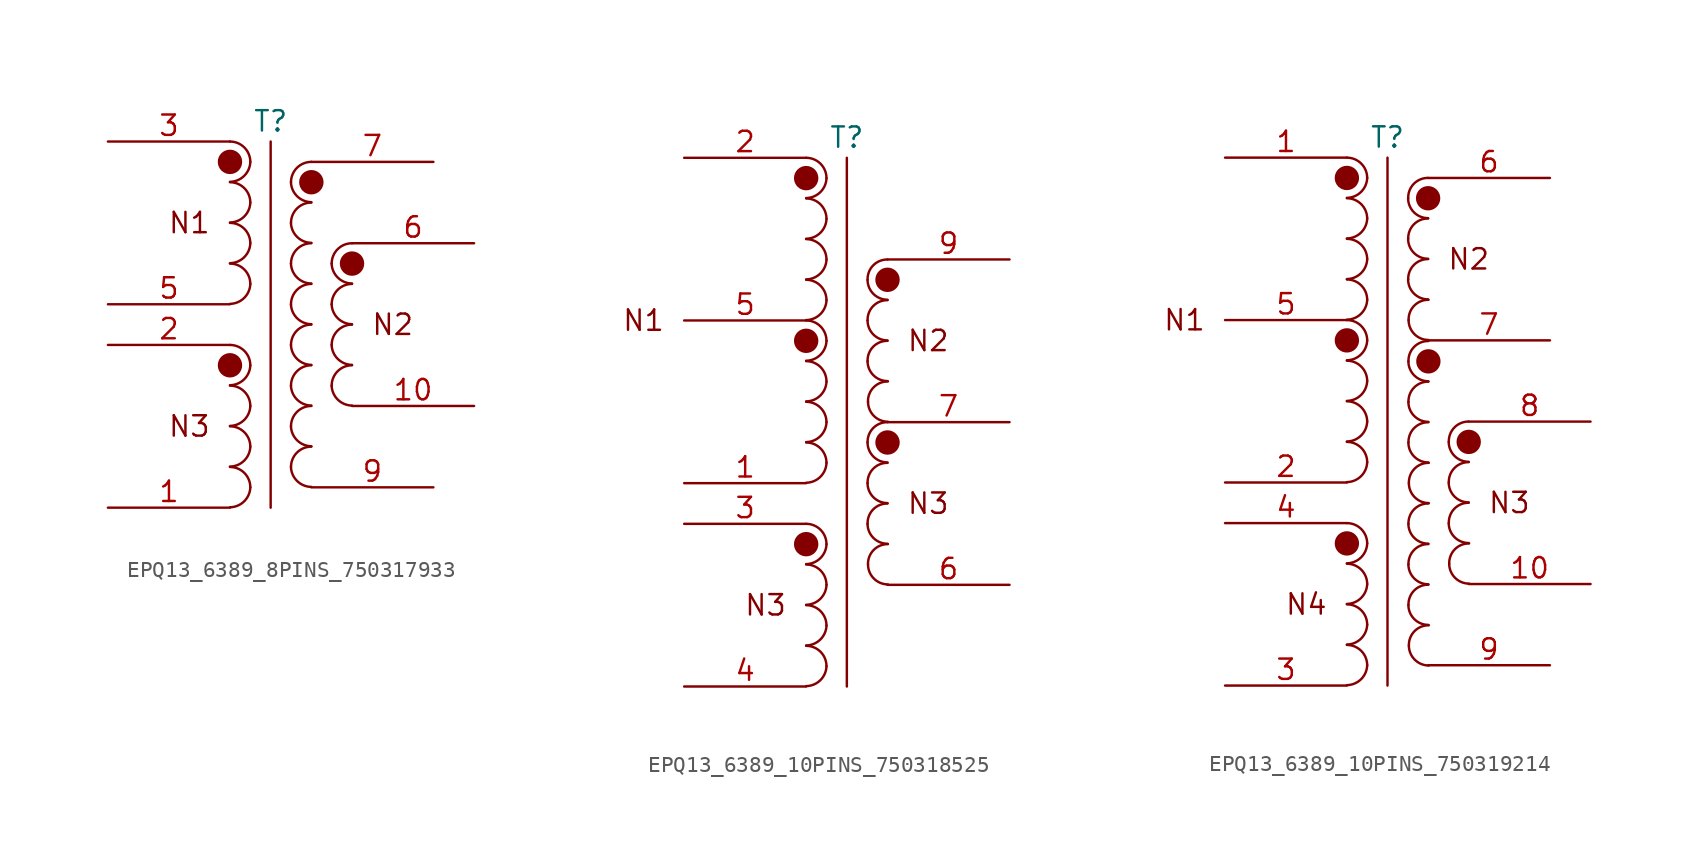
<source format=kicad_sym>
(kicad_symbol_lib
  (version 20220914)
  (generator kicad_symbol_editor)
  (symbol "EPQ13_6389_8PINS_750317933"
    (pin_names hide)
    (property "Reference" "T"
      (at 0 12.7 0)
      (effects (font (size 1.27 1.27))))
    (symbol "EPQ13_6389_8PINS_750317933_0_1"
      (arc (start -2.54 -11.4046) (mid -1.6561 -11.0363) (end -1.27 -10.16) (stroke (width 0) (type default)) (fill (type none)))
      (arc (start -2.54 -8.8646) (mid -1.6561 -8.4963) (end -1.27 -7.62) (stroke (width 0) (type default)) (fill (type none)))
      (arc (start -2.54 -6.3246) (mid -1.6561 -5.9563) (end -1.27 -5.08) (stroke (width 0) (type default)) (fill (type none)))
      (arc (start -2.54 -3.7846) (mid -1.6561 -3.4163) (end -1.27 -2.54) (stroke (width 0) (type default)) (fill (type none)))
      (arc (start -2.54 1.2954) (mid -1.6561 1.6637) (end -1.27 2.54) (stroke (width 0) (type default)) (fill (type none)))
      (arc (start -2.54 3.8354) (mid -1.6561 4.2037) (end -1.27 5.08) (stroke (width 0) (type default)) (fill (type none)))
      (arc (start -2.54 6.3754) (mid -1.6561 6.7437) (end -1.27 7.62) (stroke (width 0) (type default)) (fill (type none)))
      (arc (start -2.54 8.9154) (mid -1.6561 9.2837) (end -1.27 10.16) (stroke (width 0) (type default)) (fill (type none)))
      (arc (start -1.27 -10.16) (mid -1.642 -9.262) (end -2.54 -8.89) (stroke (width 0) (type default)) (fill (type none)))
      (arc (start -1.27 -7.62) (mid -1.642 -6.722) (end -2.54 -6.35) (stroke (width 0) (type default)) (fill (type none)))
      (arc (start -1.27 -5.08) (mid -1.642 -4.182) (end -2.54 -3.81) (stroke (width 0) (type default)) (fill (type none)))
      (arc (start -1.27 -2.54) (mid -1.642 -1.642) (end -2.54 -1.27) (stroke (width 0) (type default)) (fill (type none)))
      (arc (start -1.27 2.54) (mid -1.642 3.438) (end -2.54 3.81) (stroke (width 0) (type default)) (fill (type none)))
      (arc (start -1.27 5.08) (mid -1.642 5.978) (end -2.54 6.35) (stroke (width 0) (type default)) (fill (type none)))
      (arc (start -1.27 7.62) (mid -1.642 8.518) (end -2.54 8.89) (stroke (width 0) (type default)) (fill (type none)))
      (arc (start -1.27 10.16) (mid -1.642 11.058) (end -2.54 11.43) (stroke (width 0) (type default)) (fill (type none)))
      (polyline (pts (xy 0 11.43) (xy 0 -11.43)) (stroke (width 0) (type default)) (fill (type none)))
      (arc (start 1.27 -8.89) (mid 1.6561 -9.7663) (end 2.54 -10.1346) (stroke (width 0) (type default)) (fill (type none)))
      (arc (start 1.27 -6.35) (mid 1.6561 -7.2263) (end 2.54 -7.5946) (stroke (width 0) (type default)) (fill (type none)))
      (arc (start 1.27 -3.81) (mid 1.6561 -4.6863) (end 2.54 -5.0546) (stroke (width 0) (type default)) (fill (type none)))
      (arc (start 1.27 -1.27) (mid 1.6561 -2.1463) (end 2.54 -2.5146) (stroke (width 0) (type default)) (fill (type none)))
      (arc (start 1.27 1.27) (mid 1.6561 0.3937) (end 2.54 0.0254) (stroke (width 0) (type default)) (fill (type none)))
      (arc (start 1.27 3.81) (mid 1.6561 2.9337) (end 2.54 2.5654) (stroke (width 0) (type default)) (fill (type none)))
      (arc (start 1.27 6.35) (mid 1.6561 5.4737) (end 2.54 5.1054) (stroke (width 0) (type default)) (fill (type none)))
      (arc (start 1.27 8.89) (mid 1.6561 8.0137) (end 2.54 7.6454) (stroke (width 0) (type default)) (fill (type none)))
      (arc (start 2.54 -7.62) (mid 1.642 -7.992) (end 1.27 -8.89) (stroke (width 0) (type default)) (fill (type none)))
      (arc (start 2.54 -5.08) (mid 1.642 -5.452) (end 1.27 -6.35) (stroke (width 0) (type default)) (fill (type none)))
      (arc (start 2.54 -2.54) (mid 1.642 -2.912) (end 1.27 -3.81) (stroke (width 0) (type default)) (fill (type none)))
      (arc (start 2.54 0) (mid 1.642 -0.372) (end 1.27 -1.27) (stroke (width 0) (type default)) (fill (type none)))
      (arc (start 2.54 2.54) (mid 1.642 2.168) (end 1.27 1.27) (stroke (width 0) (type default)) (fill (type none)))
      (arc (start 2.54 5.08) (mid 1.642 4.708) (end 1.27 3.81) (stroke (width 0) (type default)) (fill (type none)))
      (arc (start 2.54 7.62) (mid 1.642 7.248) (end 1.27 6.35) (stroke (width 0) (type default)) (fill (type none)))
      (arc (start 2.54 10.16) (mid 1.642 9.788) (end 1.27 8.89) (stroke (width 0) (type default)) (fill (type none)))
      (arc (start 3.81 -3.81) (mid 4.1961 -4.6863) (end 5.08 -5.0546) (stroke (width 0) (type default)) (fill (type none)))
      (arc (start 3.81 -1.27) (mid 4.1961 -2.1463) (end 5.08 -2.5146) (stroke (width 0) (type default)) (fill (type none)))
      (arc (start 3.81 1.27) (mid 4.1961 0.3937) (end 5.08 0.0254) (stroke (width 0) (type default)) (fill (type none)))
      (arc (start 3.81 3.81) (mid 4.1961 2.9337) (end 5.08 2.5654) (stroke (width 0) (type default)) (fill (type none)))
      (arc (start 5.08 -2.54) (mid 4.182 -2.912) (end 3.81 -3.81) (stroke (width 0) (type default)) (fill (type none)))
      (arc (start 5.08 0) (mid 4.182 -0.372) (end 3.81 -1.27) (stroke (width 0) (type default)) (fill (type none)))
      (arc (start 5.08 2.54) (mid 4.182 2.168) (end 3.81 1.27) (stroke (width 0) (type default)) (fill (type none)))
      (arc (start 5.08 5.08) (mid 4.182 4.708) (end 3.81 3.81) (stroke (width 0) (type default)) (fill (type none))))
    (symbol "EPQ13_6389_8PINS_750317933_1_1"
      (circle (center -2.54 -2.54) (radius 0.0001) (stroke (width 0.762) (type default)) (fill (type none)))
      (circle (center -2.54 10.16) (radius 0.0001) (stroke (width 0.762) (type default)) (fill (type none)))
      (circle (center 2.54 8.89) (radius 0.0001) (stroke (width 0.762) (type default)) (fill (type none)))
      (circle (center 5.08 3.81) (radius 0.0001) (stroke (width 0.762) (type default)) (fill (type none)))
      (text "N1" (at -5.08 6.35 0) (effects (font (size 1.27 1.27))))
      (text "N2" (at 7.62 0 0) (effects (font (size 1.27 1.27))))
      (text "N3" (at -5.08 -6.35 0) (effects (font (size 1.27 1.27))))
      (pin passive line (at -10.16 -11.43 0) (length 7.62) (name "1" (effects (font (size 1.27 1.27)))) (number "1" (effects (font (size 1.27 1.27)))))
      (pin passive line (at 12.7 -5.08 180) (length 7.62) (name "10" (effects (font (size 1.27 1.27)))) (number "10" (effects (font (size 1.27 1.27)))))
      (pin passive line (at -10.16 -1.27 0) (length 7.62) (name "2" (effects (font (size 1.27 1.27)))) (number "2" (effects (font (size 1.27 1.27)))))
      (pin passive line (at -10.16 11.43 0) (length 7.62) (name "3" (effects (font (size 1.27 1.27)))) (number "3" (effects (font (size 1.27 1.27)))))
      (pin passive line (at -10.16 1.27 0) (length 7.62) (name "5" (effects (font (size 1.27 1.27)))) (number "5" (effects (font (size 1.27 1.27)))))
      (pin passive line (at 12.7 5.08 180) (length 7.62) (name "6" (effects (font (size 1.27 1.27)))) (number "6" (effects (font (size 1.27 1.27)))))
      (pin passive line (at 10.16 10.16 180) (length 7.62) (name "7" (effects (font (size 1.27 1.27)))) (number "7" (effects (font (size 1.27 1.27)))))
      (pin passive line (at 10.16 -10.16 180) (length 7.62) (name "9" (effects (font (size 1.27 1.27)))) (number "9" (effects (font (size 1.27 1.27)))))))
  (symbol "EPQ13_6389_10PINS_750318525"
    (pin_names hide)
    (property "Reference" "T"
      (at 0 17.78 0)
      (effects (font (size 1.27 1.27))))
    (symbol "EPQ13_6389_10PINS_750318525_0_1"
      (arc (start -2.54 -16.4846) (mid -1.6561 -16.1163) (end -1.27 -15.24) (stroke (width 0) (type default)) (fill (type none)))
      (arc (start -2.54 -13.9446) (mid -1.6561 -13.5763) (end -1.27 -12.7) (stroke (width 0) (type default)) (fill (type none)))
      (arc (start -2.54 -11.4046) (mid -1.6561 -11.0363) (end -1.27 -10.16) (stroke (width 0) (type default)) (fill (type none)))
      (arc (start -2.54 -8.8646) (mid -1.6561 -8.4963) (end -1.27 -7.62) (stroke (width 0) (type default)) (fill (type none)))
      (arc (start -2.54 -3.7846) (mid -1.6561 -3.4163) (end -1.27 -2.54) (stroke (width 0) (type default)) (fill (type none)))
      (arc (start -2.54 -1.2446) (mid -1.6561 -0.8763) (end -1.27 0) (stroke (width 0) (type default)) (fill (type none)))
      (arc (start -2.54 1.2954) (mid -1.6561 1.6637) (end -1.27 2.54) (stroke (width 0) (type default)) (fill (type none)))
      (arc (start -2.54 3.8354) (mid -1.6561 4.2037) (end -1.27 5.08) (stroke (width 0) (type default)) (fill (type none)))
      (arc (start -2.54 6.3754) (mid -1.6561 6.7437) (end -1.27 7.62) (stroke (width 0) (type default)) (fill (type none)))
      (arc (start -2.54 8.9154) (mid -1.6561 9.2837) (end -1.27 10.16) (stroke (width 0) (type default)) (fill (type none)))
      (arc (start -2.54 11.4554) (mid -1.6561 11.8237) (end -1.27 12.7) (stroke (width 0) (type default)) (fill (type none)))
      (arc (start -2.54 13.9954) (mid -1.6561 14.3637) (end -1.27 15.24) (stroke (width 0) (type default)) (fill (type none)))
      (arc (start -1.27 -15.24) (mid -1.642 -14.342) (end -2.54 -13.97) (stroke (width 0) (type default)) (fill (type none)))
      (arc (start -1.27 -12.7) (mid -1.642 -11.802) (end -2.54 -11.43) (stroke (width 0) (type default)) (fill (type none)))
      (arc (start -1.27 -10.16) (mid -1.642 -9.262) (end -2.54 -8.89) (stroke (width 0) (type default)) (fill (type none)))
      (arc (start -1.27 -7.62) (mid -1.642 -6.722) (end -2.54 -6.35) (stroke (width 0) (type default)) (fill (type none)))
      (arc (start -1.27 -2.54) (mid -1.642 -1.642) (end -2.54 -1.27) (stroke (width 0) (type default)) (fill (type none)))
      (arc (start -1.27 0) (mid -1.642 0.898) (end -2.54 1.27) (stroke (width 0) (type default)) (fill (type none)))
      (arc (start -1.27 2.54) (mid -1.642 3.438) (end -2.54 3.81) (stroke (width 0) (type default)) (fill (type none)))
      (arc (start -1.27 5.08) (mid -1.642 5.978) (end -2.54 6.35) (stroke (width 0) (type default)) (fill (type none)))
      (arc (start -1.27 7.62) (mid -1.642 8.518) (end -2.54 8.89) (stroke (width 0) (type default)) (fill (type none)))
      (arc (start -1.27 10.16) (mid -1.642 11.058) (end -2.54 11.43) (stroke (width 0) (type default)) (fill (type none)))
      (arc (start -1.27 12.7) (mid -1.642 13.598) (end -2.54 13.97) (stroke (width 0) (type default)) (fill (type none)))
      (arc (start -1.27 15.24) (mid -1.642 16.138) (end -2.54 16.51) (stroke (width 0) (type default)) (fill (type none)))
      (polyline (pts (xy 0 16.51) (xy 0 -16.51)) (stroke (width 0) (type default)) (fill (type none)))
      (arc (start 1.2954 -6.35) (mid 1.6599 -7.2301) (end 2.54 -7.5946) (stroke (width 0) (type default)) (fill (type none)))
      (arc (start 1.2954 -3.81) (mid 1.6599 -4.6901) (end 2.54 -5.0546) (stroke (width 0) (type default)) (fill (type none)))
      (arc (start 1.2954 -1.27) (mid 1.6599 -2.1501) (end 2.54 -2.5146) (stroke (width 0) (type default)) (fill (type none)))
      (arc (start 1.2954 3.81) (mid 1.6599 2.9299) (end 2.54 2.5654) (stroke (width 0) (type default)) (fill (type none)))
      (arc (start 1.2954 6.35) (mid 1.6599 5.4699) (end 2.54 5.1054) (stroke (width 0) (type default)) (fill (type none)))
      (arc (start 1.2954 8.89) (mid 1.6599 8.0099) (end 2.54 7.6454) (stroke (width 0) (type default)) (fill (type none)))
      (arc (start 1.3208 -8.89) (mid 1.6855 -9.7699) (end 2.5654 -10.1346) (stroke (width 0) (type default)) (fill (type none)))
      (arc (start 1.3208 1.27) (mid 1.6854 0.3901) (end 2.5654 0.0254) (stroke (width 0) (type default)) (fill (type none)))
      (arc (start 2.54 -5.08) (mid 1.6458 -5.4485) (end 1.2954 -6.35) (stroke (width 0) (type default)) (fill (type none)))
      (arc (start 2.54 -2.54) (mid 1.6458 -2.9085) (end 1.2954 -3.81) (stroke (width 0) (type default)) (fill (type none)))
      (arc (start 2.54 0) (mid 1.6458 -0.3685) (end 1.2954 -1.27) (stroke (width 0) (type default)) (fill (type none)))
      (arc (start 2.54 5.08) (mid 1.6458 4.7115) (end 1.2954 3.81) (stroke (width 0) (type default)) (fill (type none)))
      (arc (start 2.54 7.62) (mid 1.6458 7.2515) (end 1.2954 6.35) (stroke (width 0) (type default)) (fill (type none)))
      (arc (start 2.54 10.16) (mid 1.6458 9.7915) (end 1.2954 8.89) (stroke (width 0) (type default)) (fill (type none)))
      (arc (start 2.5654 -7.62) (mid 1.6709 -7.9883) (end 1.3208 -8.89) (stroke (width 0) (type default)) (fill (type none)))
      (arc (start 2.5654 2.54) (mid 1.6709 2.1717) (end 1.3208 1.27) (stroke (width 0) (type default)) (fill (type none))))
    (symbol "EPQ13_6389_10PINS_750318525_1_1"
      (circle (center -2.54 -7.62) (radius 0.0001) (stroke (width 0.762) (type default)) (fill (type none)))
      (circle (center -2.54 5.08) (radius 0.0001) (stroke (width 0.762) (type default)) (fill (type none)))
      (circle (center -2.54 15.24) (radius 0.0001) (stroke (width 0.762) (type default)) (fill (type none)))
      (circle (center 2.54 -1.27) (radius 0.0001) (stroke (width 0.762) (type default)) (fill (type none)))
      (circle (center 2.54 8.89) (radius 0.0001) (stroke (width 0.762) (type default)) (fill (type none)))
      (text "N1" (at -12.7 6.35 0) (effects (font (size 1.27 1.27))))
      (text "N2" (at 5.08 5.08 0) (effects (font (size 1.27 1.27))))
      (text "N3" (at -5.08 -11.43 0) (effects (font (size 1.27 1.27))))
      (text "N3" (at 5.08 -5.08 0) (effects (font (size 1.27 1.27))))
      (pin passive line (at -10.16 -3.81 0) (length 7.62) (name "1" (effects (font (size 1.27 1.27)))) (number "1" (effects (font (size 1.27 1.27)))))
      (pin passive line (at 10.16 10.16 180) (length 7.62) hide (name "10" (effects (font (size 1.27 1.27)))) (number "10" (effects (font (size 1.27 1.27)))))
      (pin passive line (at -10.16 16.51 0) (length 7.62) (name "2" (effects (font (size 1.27 1.27)))) (number "2" (effects (font (size 1.27 1.27)))))
      (pin passive line (at -10.16 -6.35 0) (length 7.62) (name "3" (effects (font (size 1.27 1.27)))) (number "3" (effects (font (size 1.27 1.27)))))
      (pin passive line (at -10.16 -16.51 0) (length 7.62) (name "4" (effects (font (size 1.27 1.27)))) (number "4" (effects (font (size 1.27 1.27)))))
      (pin passive line (at -10.16 6.35 0) (length 7.62) (name "5" (effects (font (size 1.27 1.27)))) (number "5" (effects (font (size 1.27 1.27)))))
      (pin passive line (at 10.16 -10.16 180) (length 7.62) (name "6" (effects (font (size 1.27 1.27)))) (number "6" (effects (font (size 1.27 1.27)))))
      (pin passive line (at 10.16 0 180) (length 7.62) (name "7" (effects (font (size 1.27 1.27)))) (number "7" (effects (font (size 1.27 1.27)))))
      (pin passive line (at 10.16 0 180) (length 7.62) hide (name "8" (effects (font (size 1.27 1.27)))) (number "8" (effects (font (size 1.27 1.27)))))
      (pin passive line (at 10.16 10.16 180) (length 7.62) (name "9" (effects (font (size 1.27 1.27)))) (number "9" (effects (font (size 1.27 1.27)))))))
  (symbol "EPQ13_6389_10PINS_750319214"
    (pin_names hide)
    (property "Reference" "T"
      (at 0 17.78 0)
      (effects (font (size 1.27 1.27))))
    (symbol "EPQ13_6389_10PINS_750319214_0_1"
      (arc (start -2.54 -16.4846) (mid -1.6561 -16.1163) (end -1.27 -15.24) (stroke (width 0) (type default)) (fill (type none)))
      (arc (start -2.54 -13.9446) (mid -1.6561 -13.5763) (end -1.27 -12.7) (stroke (width 0) (type default)) (fill (type none)))
      (arc (start -2.54 -11.4046) (mid -1.6561 -11.0363) (end -1.27 -10.16) (stroke (width 0) (type default)) (fill (type none)))
      (arc (start -2.54 -8.8646) (mid -1.6561 -8.4963) (end -1.27 -7.62) (stroke (width 0) (type default)) (fill (type none)))
      (arc (start -2.54 -3.7846) (mid -1.6561 -3.4163) (end -1.27 -2.54) (stroke (width 0) (type default)) (fill (type none)))
      (arc (start -2.54 -1.2446) (mid -1.6561 -0.8763) (end -1.27 0) (stroke (width 0) (type default)) (fill (type none)))
      (arc (start -2.54 1.2954) (mid -1.6561 1.6637) (end -1.27 2.54) (stroke (width 0) (type default)) (fill (type none)))
      (arc (start -2.54 3.8354) (mid -1.6561 4.2037) (end -1.27 5.08) (stroke (width 0) (type default)) (fill (type none)))
      (arc (start -2.54 6.3754) (mid -1.6561 6.7437) (end -1.27 7.62) (stroke (width 0) (type default)) (fill (type none)))
      (arc (start -2.54 8.9154) (mid -1.6561 9.2837) (end -1.27 10.16) (stroke (width 0) (type default)) (fill (type none)))
      (arc (start -2.54 11.4554) (mid -1.6561 11.8237) (end -1.27 12.7) (stroke (width 0) (type default)) (fill (type none)))
      (arc (start -2.54 13.9954) (mid -1.6561 14.3637) (end -1.27 15.24) (stroke (width 0) (type default)) (fill (type none)))
      (arc (start -1.27 -15.24) (mid -1.642 -14.342) (end -2.54 -13.97) (stroke (width 0) (type default)) (fill (type none)))
      (arc (start -1.27 -12.7) (mid -1.642 -11.802) (end -2.54 -11.43) (stroke (width 0) (type default)) (fill (type none)))
      (arc (start -1.27 -10.16) (mid -1.642 -9.262) (end -2.54 -8.89) (stroke (width 0) (type default)) (fill (type none)))
      (arc (start -1.27 -7.62) (mid -1.642 -6.722) (end -2.54 -6.35) (stroke (width 0) (type default)) (fill (type none)))
      (arc (start -1.27 -2.54) (mid -1.642 -1.642) (end -2.54 -1.27) (stroke (width 0) (type default)) (fill (type none)))
      (arc (start -1.27 0) (mid -1.642 0.898) (end -2.54 1.27) (stroke (width 0) (type default)) (fill (type none)))
      (arc (start -1.27 2.54) (mid -1.642 3.438) (end -2.54 3.81) (stroke (width 0) (type default)) (fill (type none)))
      (arc (start -1.27 5.08) (mid -1.642 5.978) (end -2.54 6.35) (stroke (width 0) (type default)) (fill (type none)))
      (arc (start -1.27 7.62) (mid -1.642 8.518) (end -2.54 8.89) (stroke (width 0) (type default)) (fill (type none)))
      (arc (start -1.27 10.16) (mid -1.642 11.058) (end -2.54 11.43) (stroke (width 0) (type default)) (fill (type none)))
      (arc (start -1.27 12.7) (mid -1.642 13.598) (end -2.54 13.97) (stroke (width 0) (type default)) (fill (type none)))
      (arc (start -1.27 15.24) (mid -1.642 16.138) (end -2.54 16.51) (stroke (width 0) (type default)) (fill (type none)))
      (polyline (pts (xy 0 16.51) (xy 0 -16.51)) (stroke (width 0) (type default)) (fill (type none)))
      (arc (start 1.2954 8.89) (mid 1.6599 8.0099) (end 2.54 7.6454) (stroke (width 0) (type default)) (fill (type none)))
      (arc (start 1.2954 11.43) (mid 1.6599 10.5499) (end 2.54 10.1854) (stroke (width 0) (type default)) (fill (type none)))
      (arc (start 1.2954 13.97) (mid 1.6599 13.0899) (end 2.54 12.7254) (stroke (width 0) (type default)) (fill (type none)))
      (arc (start 1.3124 -11.472) (mid 1.6769 -12.3521) (end 2.557 -12.7166) (stroke (width 0) (type default)) (fill (type none)))
      (arc (start 1.3124 -8.932) (mid 1.6769 -9.8121) (end 2.557 -10.1766) (stroke (width 0) (type default)) (fill (type none)))
      (arc (start 1.3124 -6.392) (mid 1.6769 -7.2721) (end 2.557 -7.6366) (stroke (width 0) (type default)) (fill (type none)))
      (arc (start 1.3124 -1.312) (mid 1.6769 -2.1921) (end 2.557 -2.5566) (stroke (width 0) (type default)) (fill (type none)))
      (arc (start 1.3124 1.228) (mid 1.6769 0.3479) (end 2.557 -0.0166) (stroke (width 0) (type default)) (fill (type none)))
      (arc (start 1.3124 3.768) (mid 1.6769 2.8879) (end 2.557 2.5234) (stroke (width 0) (type default)) (fill (type none)))
      (arc (start 1.3208 6.35) (mid 1.6854 5.4701) (end 2.5654 5.1054) (stroke (width 0) (type default)) (fill (type none)))
      (arc (start 1.3378 -14.012) (mid 1.7025 -14.8919) (end 2.5824 -15.2566) (stroke (width 0) (type default)) (fill (type none)))
      (arc (start 1.3378 -3.852) (mid 1.7025 -4.7319) (end 2.5824 -5.0966) (stroke (width 0) (type default)) (fill (type none)))
      (arc (start 2.54 10.16) (mid 1.6458 9.7915) (end 1.2954 8.89) (stroke (width 0) (type default)) (fill (type none)))
      (arc (start 2.54 12.7) (mid 1.6458 12.3315) (end 1.2954 11.43) (stroke (width 0) (type default)) (fill (type none)))
      (arc (start 2.54 15.24) (mid 1.6458 14.8715) (end 1.2954 13.97) (stroke (width 0) (type default)) (fill (type none)))
      (arc (start 2.557 -10.202) (mid 1.6628 -10.5705) (end 1.3124 -11.472) (stroke (width 0) (type default)) (fill (type none)))
      (arc (start 2.557 -7.662) (mid 1.6628 -8.0305) (end 1.3124 -8.932) (stroke (width 0) (type default)) (fill (type none)))
      (arc (start 2.557 -5.122) (mid 1.6628 -5.4905) (end 1.3124 -6.392) (stroke (width 0) (type default)) (fill (type none)))
      (arc (start 2.557 -0.042) (mid 1.6628 -0.4105) (end 1.3124 -1.312) (stroke (width 0) (type default)) (fill (type none)))
      (arc (start 2.557 2.498) (mid 1.6628 2.1295) (end 1.3124 1.228) (stroke (width 0) (type default)) (fill (type none)))
      (arc (start 2.557 5.038) (mid 1.6628 4.6695) (end 1.3124 3.768) (stroke (width 0) (type default)) (fill (type none)))
      (arc (start 2.5654 7.62) (mid 1.6709 7.2517) (end 1.3208 6.35) (stroke (width 0) (type default)) (fill (type none)))
      (arc (start 2.5824 -12.742) (mid 1.6879 -13.1103) (end 1.3378 -14.012) (stroke (width 0) (type default)) (fill (type none)))
      (arc (start 2.5824 -2.582) (mid 1.6879 -2.9503) (end 1.3378 -3.852) (stroke (width 0) (type default)) (fill (type none)))
      (arc (start 3.8354 -6.35) (mid 4.1999 -7.2301) (end 5.08 -7.5946) (stroke (width 0) (type default)) (fill (type none)))
      (arc (start 3.8354 -3.81) (mid 4.1999 -4.6901) (end 5.08 -5.0546) (stroke (width 0) (type default)) (fill (type none)))
      (arc (start 3.8354 -1.27) (mid 4.1999 -2.1501) (end 5.08 -2.5146) (stroke (width 0) (type default)) (fill (type none)))
      (arc (start 3.8608 -8.89) (mid 4.2255 -9.7699) (end 5.1054 -10.1346) (stroke (width 0) (type default)) (fill (type none)))
      (arc (start 5.08 -5.08) (mid 4.1858 -5.4485) (end 3.8354 -6.35) (stroke (width 0) (type default)) (fill (type none)))
      (arc (start 5.08 -2.54) (mid 4.1858 -2.9085) (end 3.8354 -3.81) (stroke (width 0) (type default)) (fill (type none)))
      (arc (start 5.08 0) (mid 4.1858 -0.3685) (end 3.8354 -1.27) (stroke (width 0) (type default)) (fill (type none)))
      (arc (start 5.1054 -7.62) (mid 4.2109 -7.9883) (end 3.8608 -8.89) (stroke (width 0) (type default)) (fill (type none))))
    (symbol "EPQ13_6389_10PINS_750319214_1_1"
      (circle (center -2.54 -7.62) (radius 0.0001) (stroke (width 0.762) (type default)) (fill (type none)))
      (circle (center -2.54 5.08) (radius 0.0001) (stroke (width 0.762) (type default)) (fill (type none)))
      (circle (center -2.54 15.24) (radius 0.0001) (stroke (width 0.762) (type default)) (fill (type none)))
      (circle (center 2.54 13.97) (radius 0.0001) (stroke (width 0.762) (type default)) (fill (type none)))
      (circle (center 2.557 3.768) (radius 0.0001) (stroke (width 0.762) (type default)) (fill (type none)))
      (circle (center 5.08 -1.27) (radius 0.0001) (stroke (width 0.762) (type default)) (fill (type none)))
      (text "N1" (at -12.7 6.35 0) (effects (font (size 1.27 1.27))))
      (text "N2" (at 5.08 10.16 0) (effects (font (size 1.27 1.27))))
      (text "N3" (at 7.62 -5.08 0) (effects (font (size 1.27 1.27))))
      (text "N4" (at -5.08 -11.43 0) (effects (font (size 1.27 1.27))))
      (pin passive line (at -10.16 16.51 0) (length 7.62) (name "1" (effects (font (size 1.27 1.27)))) (number "1" (effects (font (size 1.27 1.27)))))
      (pin passive line (at 12.7 -10.16 180) (length 7.62) (name "10" (effects (font (size 1.27 1.27)))) (number "10" (effects (font (size 1.27 1.27)))))
      (pin passive line (at -10.16 -3.81 0) (length 7.62) (name "2" (effects (font (size 1.27 1.27)))) (number "2" (effects (font (size 1.27 1.27)))))
      (pin passive line (at -10.16 -16.51 0) (length 7.62) (name "3" (effects (font (size 1.27 1.27)))) (number "3" (effects (font (size 1.27 1.27)))))
      (pin passive line (at -10.16 -6.35 0) (length 7.62) (name "4" (effects (font (size 1.27 1.27)))) (number "4" (effects (font (size 1.27 1.27)))))
      (pin passive line (at -10.16 6.35 0) (length 7.62) (name "5" (effects (font (size 1.27 1.27)))) (number "5" (effects (font (size 1.27 1.27)))))
      (pin passive line (at 10.16 15.24 180) (length 7.62) (name "6" (effects (font (size 1.27 1.27)))) (number "6" (effects (font (size 1.27 1.27)))))
      (pin passive line (at 10.16 5.08 180) (length 7.62) (name "7" (effects (font (size 1.27 1.27)))) (number "7" (effects (font (size 1.27 1.27)))))
      (pin passive line (at 12.7 0 180) (length 7.62) (name "8" (effects (font (size 1.27 1.27)))) (number "8" (effects (font (size 1.27 1.27)))))
      (pin passive line (at 10.16 -15.24 180) (length 7.62) (name "9" (effects (font (size 1.27 1.27)))) (number "9" (effects (font (size 1.27 1.27))))))))
</source>
